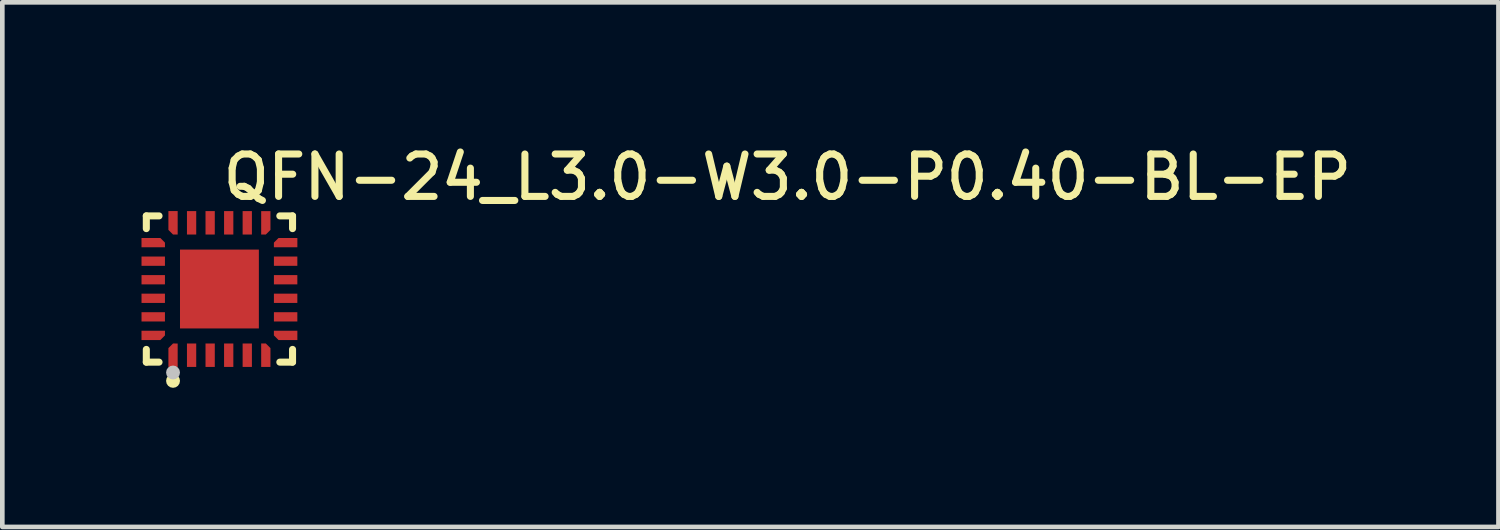
<source format=kicad_pcb>
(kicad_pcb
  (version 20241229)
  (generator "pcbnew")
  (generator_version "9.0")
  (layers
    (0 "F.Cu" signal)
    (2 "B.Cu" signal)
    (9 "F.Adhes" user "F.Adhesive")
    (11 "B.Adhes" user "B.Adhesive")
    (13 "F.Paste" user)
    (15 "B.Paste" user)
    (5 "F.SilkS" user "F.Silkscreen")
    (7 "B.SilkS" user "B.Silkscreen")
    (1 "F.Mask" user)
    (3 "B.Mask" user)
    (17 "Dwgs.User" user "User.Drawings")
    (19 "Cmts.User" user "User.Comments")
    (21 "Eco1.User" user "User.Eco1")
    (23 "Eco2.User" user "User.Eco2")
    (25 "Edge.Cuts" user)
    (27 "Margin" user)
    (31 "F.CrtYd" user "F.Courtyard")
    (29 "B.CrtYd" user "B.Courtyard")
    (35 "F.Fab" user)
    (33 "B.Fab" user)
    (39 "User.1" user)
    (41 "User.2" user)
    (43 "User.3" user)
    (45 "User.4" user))
  (footprint "QFN-24_L3.0-W3.0-P0.40-BL-EP"
    (layer "F.Cu")
    (at 1.68 3.18)
    (property "Reference" "QFN-24_L3.0-W3.0-P0.40-BL-EP" (at 0 -2.946 0) (layer "F.SilkS") (effects (font (size 0.914 0.914) (thickness 0.152)) (justify left top)))
    (fp_line (start -1.576 -1.576) (end -1.302 -1.576) (stroke (width 0.152) (type default)) (layer "F.SilkS"))
    (fp_line (start -1.576 -1.302) (end -1.576 -1.576) (stroke (width 0.152) (type default)) (layer "F.SilkS"))
    (fp_line (start -1.576 1.302) (end -1.576 1.576) (stroke (width 0.152) (type default)) (layer "F.SilkS"))
    (fp_line (start -1.576 1.576) (end -1.302 1.576) (stroke (width 0.152) (type default)) (layer "F.SilkS"))
    (fp_line (start 1.576 -1.576) (end 1.302 -1.576) (stroke (width 0.152) (type default)) (layer "F.SilkS"))
    (fp_line (start 1.576 -1.302) (end 1.576 -1.576) (stroke (width 0.152) (type default)) (layer "F.SilkS"))
    (fp_line (start 1.576 1.302) (end 1.576 1.576) (stroke (width 0.152) (type default)) (layer "F.SilkS"))
    (fp_line (start 1.576 1.576) (end 1.302 1.576) (stroke (width 0.152) (type default)) (layer "F.SilkS"))
    (fp_circle (center -1 1.98) (end -0.925 1.98) (stroke (width 0.15) (type default)) (fill no) (layer "F.SilkS"))
    (fp_circle (center -1 1.8) (end -0.925 1.8) (stroke (width 0.15) (type default)) (fill no) (layer "Dwgs.User"))
    (fp_circle (center -1.5 1.5) (end -1.47 1.5) (stroke (width 0.06) (type default)) (fill no) (layer "User.5"))
    (pad "1" smd custom (at -1 1.427) (size 0.000001 0.000001) (layers "F.Cu" "F.Mask" "F.Paste") (options (anchor circle)) (primitives (gr_poly (pts (xy -0.1 0.253) (xy 0.1 0.253) (xy 0.1 -0.252) (xy -0.0001 -0.253) (xy -0.1 -0.153)) (width 0) (fill yes))))
    (pad "2" smd rect (at -0.6 1.427) (size 0.2 0.505) (layers "F.Cu" "F.Mask" "F.Paste"))
    (pad "3" smd rect (at -0.2 1.427) (size 0.2 0.505) (layers "F.Cu" "F.Mask" "F.Paste"))
    (pad "4" smd rect (at 0.2 1.427) (size 0.2 0.505) (layers "F.Cu" "F.Mask" "F.Paste"))
    (pad "5" smd rect (at 0.6 1.427) (size 0.2 0.505) (layers "F.Cu" "F.Mask" "F.Paste"))
    (pad "6" smd custom (at 1 1.427) (size 0.000001 0.000001) (layers "F.Cu" "F.Mask" "F.Paste") (options (anchor circle)) (primitives (gr_poly (pts (xy 0.1 0.253) (xy -0.1 0.253) (xy -0.1 -0.253) (xy 0 -0.253) (xy 0.1 -0.153)) (width 0) (fill yes))))
    (pad "7" smd custom (at 1.427 1) (size 0.000001 0.000001) (layers "F.Cu" "F.Mask" "F.Paste") (options (anchor circle)) (primitives (gr_poly (pts (xy 0.253 0.1) (xy -0.153 0.1) (xy -0.253 0.0001) (xy -0.253 -0.1) (xy 0.253 -0.1)) (width 0) (fill yes))))
    (pad "8" smd rect (at 1.427 0.6) (size 0.505 0.2) (layers "F.Cu" "F.Mask" "F.Paste"))
    (pad "9" smd rect (at 1.427 0.2) (size 0.505 0.2) (layers "F.Cu" "F.Mask" "F.Paste"))
    (pad "10" smd rect (at 1.427 -0.2) (size 0.505 0.2) (layers "F.Cu" "F.Mask" "F.Paste"))
    (pad "11" smd rect (at 1.427 -0.6) (size 0.505 0.2) (layers "F.Cu" "F.Mask" "F.Paste"))
    (pad "12" smd custom (at 1.427 -1) (size 0.000001 0.000001) (layers "F.Cu" "F.Mask" "F.Paste") (options (anchor circle)) (primitives (gr_poly (pts (xy 0.253 -0.1) (xy -0.153 -0.1) (xy -0.253 0.0001) (xy -0.253 0.1) (xy 0.253 0.1)) (width 0) (fill yes))))
    (pad "13" smd custom (at 1 -1.427) (size 0.000001 0.000001) (layers "F.Cu" "F.Mask" "F.Paste") (options (anchor circle)) (primitives (gr_poly (pts (xy 0.1 -0.252) (xy -0.1 -0.252) (xy -0.1 0.253) (xy 0 0.253) (xy 0.1 0.153)) (width 0) (fill yes))))
    (pad "14" smd rect (at 0.6 -1.427) (size 0.2 0.505) (layers "F.Cu" "F.Mask" "F.Paste"))
    (pad "15" smd rect (at 0.2 -1.427) (size 0.2 0.505) (layers "F.Cu" "F.Mask" "F.Paste"))
    (pad "16" smd rect (at -0.2 -1.427) (size 0.2 0.505) (layers "F.Cu" "F.Mask" "F.Paste"))
    (pad "17" smd rect (at -0.6 -1.427) (size 0.2 0.505) (layers "F.Cu" "F.Mask" "F.Paste"))
    (pad "18" smd custom (at -1 -1.427) (size 0.000001 0.000001) (layers "F.Cu" "F.Mask" "F.Paste") (options (anchor circle)) (primitives (gr_poly (pts (xy -0.1 -0.253) (xy 0.1 -0.253) (xy 0.1 0.253) (xy 0 0.253) (xy -0.1 0.153)) (width 0) (fill yes))))
    (pad "19" smd custom (at -1.427 -1) (size 0.000001 0.000001) (layers "F.Cu" "F.Mask" "F.Paste") (options (anchor circle)) (primitives (gr_poly (pts (xy -0.253 -0.1) (xy 0.153 -0.1) (xy 0.253 0) (xy 0.253 0.1) (xy -0.253 0.1)) (width 0) (fill yes))))
    (pad "20" smd rect (at -1.427 -0.6) (size 0.505 0.2) (layers "F.Cu" "F.Mask" "F.Paste"))
    (pad "21" smd rect (at -1.427 -0.2) (size 0.505 0.2) (layers "F.Cu" "F.Mask" "F.Paste"))
    (pad "22" smd rect (at -1.427 0.2) (size 0.505 0.2) (layers "F.Cu" "F.Mask" "F.Paste"))
    (pad "23" smd rect (at -1.427 0.6) (size 0.505 0.2) (layers "F.Cu" "F.Mask" "F.Paste"))
    (pad "24" smd custom (at -1.427 1) (size 0.000001 0.000001) (layers "F.Cu" "F.Mask" "F.Paste") (options (anchor circle)) (primitives (gr_poly (pts (xy -0.253 0.1) (xy 0.153 0.1) (xy 0.253 0.0001) (xy 0.253 -0.1) (xy -0.253 -0.1)) (width 0) (fill yes))))
    (pad "25" smd rect (at 0 0) (size 1.7 1.7) (layers "F.Cu" "F.Mask" "F.Paste"))
    (zone (net_name "") (layer "F.Paste") (hatch edge 0.5) (priority 100) (connect_pads yes) (min_thickness 0) (filled_areas_thickness no) (fill yes) (polygon (pts (xy 0 2.48) (xy 0 2.68) (xy 0.505 2.68) (xy 0.505 2.48))) (filled_polygon (layer "F.Paste") (island) (pts (xy 0 2.48) (xy 0 2.68) (xy 0.505 2.68) (xy 0.505 2.48))))
    (zone (net_name "") (layer "F.Paste") (hatch edge 0.5) (priority 100) (connect_pads yes) (min_thickness 0) (filled_areas_thickness no) (fill yes) (polygon (pts (xy 0 2.88) (xy 0 3.08) (xy 0.505 3.08) (xy 0.505 2.88))) (filled_polygon (layer "F.Paste") (island) (pts (xy 0 2.88) (xy 0 3.08) (xy 0.505 3.08) (xy 0.505 2.88))))
    (zone (net_name "") (layer "F.Paste") (hatch edge 0.5) (priority 100) (connect_pads yes) (min_thickness 0) (filled_areas_thickness no) (fill yes) (polygon (pts (xy 0 3.279) (xy 0 3.479) (xy 0.505 3.479) (xy 0.505 3.279))) (filled_polygon (layer "F.Paste") (island) (pts (xy 0 3.279) (xy 0 3.479) (xy 0.505 3.479) (xy 0.505 3.279))))
    (zone (net_name "") (layer "F.Paste") (hatch edge 0.5) (priority 100) (connect_pads yes) (min_thickness 0) (filled_areas_thickness no) (fill yes) (polygon (pts (xy 0 3.679) (xy 0 3.879) (xy 0.505 3.879) (xy 0.505 3.679))) (filled_polygon (layer "F.Paste") (island) (pts (xy 0 3.679) (xy 0 3.879) (xy 0.505 3.879) (xy 0.505 3.679))))
    (zone (net_name "") (layer "F.Paste") (hatch edge 0.5) (priority 100) (connect_pads yes) (min_thickness 0) (filled_areas_thickness no) (fill yes) (polygon (pts (xy 0.96 2.46) (xy 2.4 2.46) (xy 2.4 3.9) (xy 0.96 3.9))) (filled_polygon (layer "F.Paste") (island) (pts (xy 0.96 2.46) (xy 2.4 2.46) (xy 2.4 3.9) (xy 0.96 3.9))))
    (zone (net_name "") (layer "F.Paste") (hatch edge 0.5) (priority 100) (connect_pads yes) (min_thickness 0) (filled_areas_thickness no) (fill yes) (polygon (pts (xy 0.98 4.355) (xy 0.98 4.86) (xy 1.18 4.86) (xy 1.18 4.355))) (filled_polygon (layer "F.Paste") (island) (pts (xy 0.98 4.355) (xy 0.98 4.86) (xy 1.18 4.86) (xy 1.18 4.355))))
    (zone (net_name "") (layer "F.Paste") (hatch edge 0.5) (priority 100) (connect_pads yes) (min_thickness 0) (filled_areas_thickness no) (fill yes) (polygon (pts (xy 1.18 2.005) (xy 1.18 1.5) (xy 0.98 1.5) (xy 0.98 2.005))) (filled_polygon (layer "F.Paste") (island) (pts (xy 1.18 2.005) (xy 1.18 1.5) (xy 0.98 1.5) (xy 0.98 2.005))))
    (zone (net_name "") (layer "F.Paste") (hatch edge 0.5) (priority 100) (connect_pads yes) (min_thickness 0) (filled_areas_thickness no) (fill yes) (polygon (pts (xy 1.58 2.005) (xy 1.58 1.5) (xy 1.38 1.5) (xy 1.38 2.005))) (filled_polygon (layer "F.Paste") (island) (pts (xy 1.58 2.005) (xy 1.58 1.5) (xy 1.38 1.5) (xy 1.38 2.005))))
    (zone (net_name "") (layer "F.Paste") (hatch edge 0.5) (priority 100) (connect_pads yes) (min_thickness 0) (filled_areas_thickness no) (fill yes) (polygon (pts (xy 1.58 4.86) (xy 1.58 4.355) (xy 1.38 4.355) (xy 1.38 4.86))) (filled_polygon (layer "F.Paste") (island) (pts (xy 1.58 4.86) (xy 1.58 4.355) (xy 1.38 4.355) (xy 1.38 4.86))))
    (zone (net_name "") (layer "F.Paste") (hatch edge 0.5) (priority 100) (connect_pads yes) (min_thickness 0) (filled_areas_thickness no) (fill yes) (polygon (pts (xy 1.78 1.5) (xy 1.78 2.005) (xy 1.98 2.005) (xy 1.98 1.5))) (filled_polygon (layer "F.Paste") (island) (pts (xy 1.78 1.5) (xy 1.78 2.005) (xy 1.98 2.005) (xy 1.98 1.5))))
    (zone (net_name "") (layer "F.Paste") (hatch edge 0.5) (priority 100) (connect_pads yes) (min_thickness 0) (filled_areas_thickness no) (fill yes) (polygon (pts (xy 1.98 4.86) (xy 1.98 4.355) (xy 1.78 4.355) (xy 1.78 4.86))) (filled_polygon (layer "F.Paste") (island) (pts (xy 1.98 4.86) (xy 1.98 4.355) (xy 1.78 4.355) (xy 1.78 4.86))))
    (zone (net_name "") (layer "F.Paste") (hatch edge 0.5) (priority 100) (connect_pads yes) (min_thickness 0) (filled_areas_thickness no) (fill yes) (polygon (pts (xy 2.18 1.5) (xy 2.18 2.005) (xy 2.38 2.005) (xy 2.38 1.5))) (filled_polygon (layer "F.Paste") (island) (pts (xy 2.18 1.5) (xy 2.18 2.005) (xy 2.38 2.005) (xy 2.38 1.5))))
    (zone (net_name "") (layer "F.Paste") (hatch edge 0.5) (priority 100) (connect_pads yes) (min_thickness 0) (filled_areas_thickness no) (fill yes) (polygon (pts (xy 2.38 4.86) (xy 2.38 4.355) (xy 2.18 4.355) (xy 2.18 4.86))) (filled_polygon (layer "F.Paste") (island) (pts (xy 2.38 4.86) (xy 2.38 4.355) (xy 2.18 4.355) (xy 2.18 4.86))))
    (zone (net_name "") (layer "F.Paste") (hatch edge 0.5) (priority 100) (connect_pads yes) (min_thickness 0) (filled_areas_thickness no) (fill yes) (polygon (pts (xy 3.36 2.68) (xy 3.36 2.48) (xy 2.855 2.48) (xy 2.855 2.68))) (filled_polygon (layer "F.Paste") (island) (pts (xy 3.36 2.68) (xy 3.36 2.48) (xy 2.855 2.48) (xy 2.855 2.68))))
    (zone (net_name "") (layer "F.Paste") (hatch edge 0.5) (priority 100) (connect_pads yes) (min_thickness 0) (filled_areas_thickness no) (fill yes) (polygon (pts (xy 3.36 3.08) (xy 3.36 2.88) (xy 2.855 2.88) (xy 2.855 3.08))) (filled_polygon (layer "F.Paste") (island) (pts (xy 3.36 3.08) (xy 3.36 2.88) (xy 2.855 2.88) (xy 2.855 3.08))))
    (zone (net_name "") (layer "F.Paste") (hatch edge 0.5) (priority 100) (connect_pads yes) (min_thickness 0) (filled_areas_thickness no) (fill yes) (polygon (pts (xy 3.36 3.479) (xy 3.36 3.279) (xy 2.855 3.279) (xy 2.855 3.479))) (filled_polygon (layer "F.Paste") (island) (pts (xy 3.36 3.479) (xy 3.36 3.279) (xy 2.855 3.279) (xy 2.855 3.479))))
    (zone (net_name "") (layer "F.Paste") (hatch edge 0.5) (priority 100) (connect_pads yes) (min_thickness 0) (filled_areas_thickness no) (fill yes) (polygon (pts (xy 3.36 3.879) (xy 3.36 3.679) (xy 2.855 3.679) (xy 2.855 3.879))) (filled_polygon (layer "F.Paste") (island) (pts (xy 3.36 3.879) (xy 3.36 3.679) (xy 2.855 3.679) (xy 2.855 3.879))))
    (zone (net_name "") (layer "F.Paste") (hatch edge 0.5) (priority 100) (connect_pads yes) (min_thickness 0) (filled_areas_thickness no) (fill yes) (polygon (pts (xy 0 2.08) (xy 0 2.28) (xy 0.505 2.28) (xy 0.505 2.18) (xy 0.406 2.08))) (filled_polygon (layer "F.Paste") (island) (pts (xy 0 2.08) (xy 0 2.28) (xy 0.505 2.28) (xy 0.505 2.18) (xy 0.406 2.08))))
    (zone (net_name "") (layer "F.Paste") (hatch edge 0.5) (priority 100) (connect_pads yes) (min_thickness 0) (filled_areas_thickness no) (fill yes) (polygon (pts (xy 0 4.08) (xy 0 4.28) (xy 0.406 4.28) (xy 0.505 4.18) (xy 0.505 4.08))) (filled_polygon (layer "F.Paste") (island) (pts (xy 0 4.08) (xy 0 4.28) (xy 0.406 4.28) (xy 0.505 4.18) (xy 0.505 4.08))))
    (zone (net_name "") (layer "F.Paste") (hatch edge 0.5) (priority 100) (connect_pads yes) (min_thickness 0) (filled_areas_thickness no) (fill yes) (polygon (pts (xy 0.78 2.005) (xy 0.78 1.5) (xy 0.58 1.5) (xy 0.58 1.905) (xy 0.68 2.005))) (filled_polygon (layer "F.Paste") (island) (pts (xy 0.78 2.005) (xy 0.78 1.5) (xy 0.58 1.5) (xy 0.58 1.905) (xy 0.68 2.005))))
    (zone (net_name "") (layer "F.Paste") (hatch edge 0.5) (priority 100) (connect_pads yes) (min_thickness 0) (filled_areas_thickness no) (fill yes) (polygon (pts (xy 0.78 4.355) (xy 0.68 4.354) (xy 0.58 4.454) (xy 0.58 4.86) (xy 0.78 4.86))) (filled_polygon (layer "F.Paste") (island) (pts (xy 0.78 4.355) (xy 0.68 4.354) (xy 0.58 4.454) (xy 0.58 4.86) (xy 0.78 4.86))))
    (zone (net_name "") (layer "F.Paste") (hatch edge 0.5) (priority 100) (connect_pads yes) (min_thickness 0) (filled_areas_thickness no) (fill yes) (polygon (pts (xy 2.68 4.354) (xy 2.58 4.355) (xy 2.58 4.86) (xy 2.78 4.86) (xy 2.78 4.454))) (filled_polygon (layer "F.Paste") (island) (pts (xy 2.68 4.354) (xy 2.58 4.355) (xy 2.58 4.86) (xy 2.78 4.86) (xy 2.78 4.454))))
    (zone (net_name "") (layer "F.Paste") (hatch edge 0.5) (priority 100) (connect_pads yes) (min_thickness 0) (filled_areas_thickness no) (fill yes) (polygon (pts (xy 2.78 1.905) (xy 2.78 1.5) (xy 2.58 1.5) (xy 2.58 2.005) (xy 2.68 2.005))) (filled_polygon (layer "F.Paste") (island) (pts (xy 2.78 1.905) (xy 2.78 1.5) (xy 2.58 1.5) (xy 2.58 2.005) (xy 2.68 2.005))))
    (zone (net_name "") (layer "F.Paste") (hatch edge 0.5) (priority 100) (connect_pads yes) (min_thickness 0) (filled_areas_thickness no) (fill yes) (polygon (pts (xy 2.954 2.08) (xy 2.854 2.18) (xy 2.855 2.28) (xy 3.36 2.28) (xy 3.36 2.08))) (filled_polygon (layer "F.Paste") (island) (pts (xy 2.954 2.08) (xy 2.854 2.18) (xy 2.855 2.28) (xy 3.36 2.28) (xy 3.36 2.08))))
    (zone (net_name "") (layer "F.Paste") (hatch edge 0.5) (priority 100) (connect_pads yes) (min_thickness 0) (filled_areas_thickness no) (fill yes) (polygon (pts (xy 3.36 4.28) (xy 3.36 4.08) (xy 2.855 4.08) (xy 2.854 4.18) (xy 2.954 4.28))) (filled_polygon (layer "F.Paste") (island) (pts (xy 3.36 4.28) (xy 3.36 4.08) (xy 2.855 4.08) (xy 2.854 4.18) (xy 2.954 4.28))))
    (zone (net_name "") (layer "User.3") (hatch edge 0.5) (priority 100) (connect_pads yes) (min_thickness 0) (filled_areas_thickness no) (fill yes) (polygon (pts (xy 0.18 4.68) (xy 0.18 1.68) (xy 3.18 1.68) (xy 3.18 4.68))) (filled_polygon (layer "User.3") (island) (pts (xy 0.18 4.68) (xy 0.18 1.68) (xy 3.18 1.68) (xy 3.18 4.68))))
    (zone (net_name "") (layer "User.4") (hatch edge 0.5) (priority 100) (connect_pads yes) (min_thickness 0) (filled_areas_thickness no) (fill yes) (polygon (pts (xy 0.48 2.28) (xy 0.48 2.08) (xy 0.18 2.08) (xy 0.18 2.28))) (filled_polygon (layer "User.4") (island) (pts (xy 0.48 2.28) (xy 0.48 2.08) (xy 0.18 2.08) (xy 0.18 2.28))))
    (zone (net_name "") (layer "User.4") (hatch edge 0.5) (priority 100) (connect_pads yes) (min_thickness 0) (filled_areas_thickness no) (fill yes) (polygon (pts (xy 0.48 2.68) (xy 0.48 2.48) (xy 0.18 2.48) (xy 0.18 2.68))) (filled_polygon (layer "User.4") (island) (pts (xy 0.48 2.68) (xy 0.48 2.48) (xy 0.18 2.48) (xy 0.18 2.68))))
    (zone (net_name "") (layer "User.4") (hatch edge 0.5) (priority 100) (connect_pads yes) (min_thickness 0) (filled_areas_thickness no) (fill yes) (polygon (pts (xy 0.48 3.08) (xy 0.48 2.88) (xy 0.18 2.88) (xy 0.18 3.08))) (filled_polygon (layer "User.4") (island) (pts (xy 0.48 3.08) (xy 0.48 2.88) (xy 0.18 2.88) (xy 0.18 3.08))))
    (zone (net_name "") (layer "User.4") (hatch edge 0.5) (priority 100) (connect_pads yes) (min_thickness 0) (filled_areas_thickness no) (fill yes) (polygon (pts (xy 0.48 3.48) (xy 0.48 3.28) (xy 0.18 3.28) (xy 0.18 3.48))) (filled_polygon (layer "User.4") (island) (pts (xy 0.48 3.48) (xy 0.48 3.28) (xy 0.18 3.28) (xy 0.18 3.48))))
    (zone (net_name "") (layer "User.4") (hatch edge 0.5) (priority 100) (connect_pads yes) (min_thickness 0) (filled_areas_thickness no) (fill yes) (polygon (pts (xy 0.48 3.88) (xy 0.48 3.68) (xy 0.18 3.68) (xy 0.18 3.88))) (filled_polygon (layer "User.4") (island) (pts (xy 0.48 3.88) (xy 0.48 3.68) (xy 0.18 3.68) (xy 0.18 3.88))))
    (zone (net_name "") (layer "User.4") (hatch edge 0.5) (priority 100) (connect_pads yes) (min_thickness 0) (filled_areas_thickness no) (fill yes) (polygon (pts (xy 0.48 4.28) (xy 0.48 4.08) (xy 0.18 4.08) (xy 0.18 4.28))) (filled_polygon (layer "User.4") (island) (pts (xy 0.48 4.28) (xy 0.48 4.08) (xy 0.18 4.08) (xy 0.18 4.28))))
    (zone (net_name "") (layer "User.4") (hatch edge 0.5) (priority 100) (connect_pads yes) (min_thickness 0) (filled_areas_thickness no) (fill yes) (polygon (pts (xy 0.58 1.68) (xy 0.58 1.98) (xy 0.78 1.98) (xy 0.78 1.68))) (filled_polygon (layer "User.4") (island) (pts (xy 0.58 1.68) (xy 0.58 1.98) (xy 0.78 1.98) (xy 0.78 1.68))))
    (zone (net_name "") (layer "User.4") (hatch edge 0.5) (priority 100) (connect_pads yes) (min_thickness 0) (filled_areas_thickness no) (fill yes) (polygon (pts (xy 0.58 4.68) (xy 0.58 4.38) (xy 0.78 4.38) (xy 0.78 4.68))) (filled_polygon (layer "User.4") (island) (pts (xy 0.58 4.68) (xy 0.58 4.38) (xy 0.78 4.38) (xy 0.78 4.68))))
    (zone (net_name "") (layer "User.4") (hatch edge 0.5) (priority 100) (connect_pads yes) (min_thickness 0) (filled_areas_thickness no) (fill yes) (polygon (pts (xy 0.98 1.68) (xy 0.98 1.98) (xy 1.18 1.98) (xy 1.18 1.68))) (filled_polygon (layer "User.4") (island) (pts (xy 0.98 1.68) (xy 0.98 1.98) (xy 1.18 1.98) (xy 1.18 1.68))))
    (zone (net_name "") (layer "User.4") (hatch edge 0.5) (priority 100) (connect_pads yes) (min_thickness 0) (filled_areas_thickness no) (fill yes) (polygon (pts (xy 0.98 4.68) (xy 0.98 4.38) (xy 1.18 4.38) (xy 1.18 4.68))) (filled_polygon (layer "User.4") (island) (pts (xy 0.98 4.68) (xy 0.98 4.38) (xy 1.18 4.38) (xy 1.18 4.68))))
    (zone (net_name "") (layer "User.4") (hatch edge 0.5) (priority 100) (connect_pads yes) (min_thickness 0) (filled_areas_thickness no) (fill yes) (polygon (pts (xy 1.38 1.68) (xy 1.38 1.98) (xy 1.58 1.98) (xy 1.58 1.68))) (filled_polygon (layer "User.4") (island) (pts (xy 1.38 1.68) (xy 1.38 1.98) (xy 1.58 1.98) (xy 1.58 1.68))))
    (zone (net_name "") (layer "User.4") (hatch edge 0.5) (priority 100) (connect_pads yes) (min_thickness 0) (filled_areas_thickness no) (fill yes) (polygon (pts (xy 1.38 4.68) (xy 1.38 4.38) (xy 1.58 4.38) (xy 1.58 4.68))) (filled_polygon (layer "User.4") (island) (pts (xy 1.38 4.68) (xy 1.38 4.38) (xy 1.58 4.38) (xy 1.58 4.68))))
    (zone (net_name "") (layer "User.4") (hatch edge 0.5) (priority 100) (connect_pads yes) (min_thickness 0) (filled_areas_thickness no) (fill yes) (polygon (pts (xy 1.78 1.68) (xy 1.78 1.98) (xy 1.98 1.98) (xy 1.98 1.68))) (filled_polygon (layer "User.4") (island) (pts (xy 1.78 1.68) (xy 1.78 1.98) (xy 1.98 1.98) (xy 1.98 1.68))))
    (zone (net_name "") (layer "User.4") (hatch edge 0.5) (priority 100) (connect_pads yes) (min_thickness 0) (filled_areas_thickness no) (fill yes) (polygon (pts (xy 1.78 4.68) (xy 1.78 4.38) (xy 1.98 4.38) (xy 1.98 4.68))) (filled_polygon (layer "User.4") (island) (pts (xy 1.78 4.68) (xy 1.78 4.38) (xy 1.98 4.38) (xy 1.98 4.68))))
    (zone (net_name "") (layer "User.4") (hatch edge 0.5) (priority 100) (connect_pads yes) (min_thickness 0) (filled_areas_thickness no) (fill yes) (polygon (pts (xy 2.18 1.68) (xy 2.18 1.98) (xy 2.38 1.98) (xy 2.38 1.68))) (filled_polygon (layer "User.4") (island) (pts (xy 2.18 1.68) (xy 2.18 1.98) (xy 2.38 1.98) (xy 2.38 1.68))))
    (zone (net_name "") (layer "User.4") (hatch edge 0.5) (priority 100) (connect_pads yes) (min_thickness 0) (filled_areas_thickness no) (fill yes) (polygon (pts (xy 2.18 4.68) (xy 2.18 4.38) (xy 2.38 4.38) (xy 2.38 4.68))) (filled_polygon (layer "User.4") (island) (pts (xy 2.18 4.68) (xy 2.18 4.38) (xy 2.38 4.38) (xy 2.38 4.68))))
    (zone (net_name "") (layer "User.4") (hatch edge 0.5) (priority 100) (connect_pads yes) (min_thickness 0) (filled_areas_thickness no) (fill yes) (polygon (pts (xy 2.58 1.68) (xy 2.58 1.98) (xy 2.78 1.98) (xy 2.78 1.68))) (filled_polygon (layer "User.4") (island) (pts (xy 2.58 1.68) (xy 2.58 1.98) (xy 2.78 1.98) (xy 2.78 1.68))))
    (zone (net_name "") (layer "User.4") (hatch edge 0.5) (priority 100) (connect_pads yes) (min_thickness 0) (filled_areas_thickness no) (fill yes) (polygon (pts (xy 2.58 4.68) (xy 2.58 4.38) (xy 2.78 4.38) (xy 2.78 4.68))) (filled_polygon (layer "User.4") (island) (pts (xy 2.58 4.68) (xy 2.58 4.38) (xy 2.78 4.38) (xy 2.78 4.68))))
    (zone (net_name "") (layer "User.4") (hatch edge 0.5) (priority 100) (connect_pads yes) (min_thickness 0) (filled_areas_thickness no) (fill yes) (polygon (pts (xy 2.88 2.28) (xy 2.88 2.08) (xy 3.18 2.08) (xy 3.18 2.28))) (filled_polygon (layer "User.4") (island) (pts (xy 2.88 2.28) (xy 2.88 2.08) (xy 3.18 2.08) (xy 3.18 2.28))))
    (zone (net_name "") (layer "User.4") (hatch edge 0.5) (priority 100) (connect_pads yes) (min_thickness 0) (filled_areas_thickness no) (fill yes) (polygon (pts (xy 2.88 2.68) (xy 2.88 2.48) (xy 3.18 2.48) (xy 3.18 2.68))) (filled_polygon (layer "User.4") (island) (pts (xy 2.88 2.68) (xy 2.88 2.48) (xy 3.18 2.48) (xy 3.18 2.68))))
    (zone (net_name "") (layer "User.4") (hatch edge 0.5) (priority 100) (connect_pads yes) (min_thickness 0) (filled_areas_thickness no) (fill yes) (polygon (pts (xy 2.88 3.08) (xy 2.88 2.88) (xy 3.18 2.88) (xy 3.18 3.08))) (filled_polygon (layer "User.4") (island) (pts (xy 2.88 3.08) (xy 2.88 2.88) (xy 3.18 2.88) (xy 3.18 3.08))))
    (zone (net_name "") (layer "User.4") (hatch edge 0.5) (priority 100) (connect_pads yes) (min_thickness 0) (filled_areas_thickness no) (fill yes) (polygon (pts (xy 2.88 3.48) (xy 2.88 3.28) (xy 3.18 3.28) (xy 3.18 3.48))) (filled_polygon (layer "User.4") (island) (pts (xy 2.88 3.48) (xy 2.88 3.28) (xy 3.18 3.28) (xy 3.18 3.48))))
    (zone (net_name "") (layer "User.4") (hatch edge 0.5) (priority 100) (connect_pads yes) (min_thickness 0) (filled_areas_thickness no) (fill yes) (polygon (pts (xy 2.88 3.88) (xy 2.88 3.68) (xy 3.18 3.68) (xy 3.18 3.88))) (filled_polygon (layer "User.4") (island) (pts (xy 2.88 3.88) (xy 2.88 3.68) (xy 3.18 3.68) (xy 3.18 3.88))))
    (zone (net_name "") (layer "User.4") (hatch edge 0.5) (priority 100) (connect_pads yes) (min_thickness 0) (filled_areas_thickness no) (fill yes) (polygon (pts (xy 2.88 4.28) (xy 2.88 4.08) (xy 3.18 4.08) (xy 3.18 4.28))) (filled_polygon (layer "User.4") (island) (pts (xy 2.88 4.28) (xy 2.88 4.08) (xy 3.18 4.08) (xy 3.18 4.28))))
    (zone (net_name "") (layer "User.4") (hatch edge 0.5) (priority 100) (connect_pads yes) (min_thickness 0) (filled_areas_thickness no) (fill yes) (polygon (pts (xy 0.83 3.796) (xy 0.83 2.41) (xy 2.53 2.41) (xy 2.53 3.95) (xy 0.984 3.95))) (filled_polygon (layer "User.4") (island) (pts (xy 0.83 3.796) (xy 0.83 2.41) (xy 2.53 2.41) (xy 2.53 3.95) (xy 0.984 3.95)))))
  (gr_rect
    (start -3 -3)
    (end 29.251 8.309)
    (stroke (width 0.1) (type default))
    (fill no)
    (layer "Edge.Cuts")))
</source>
